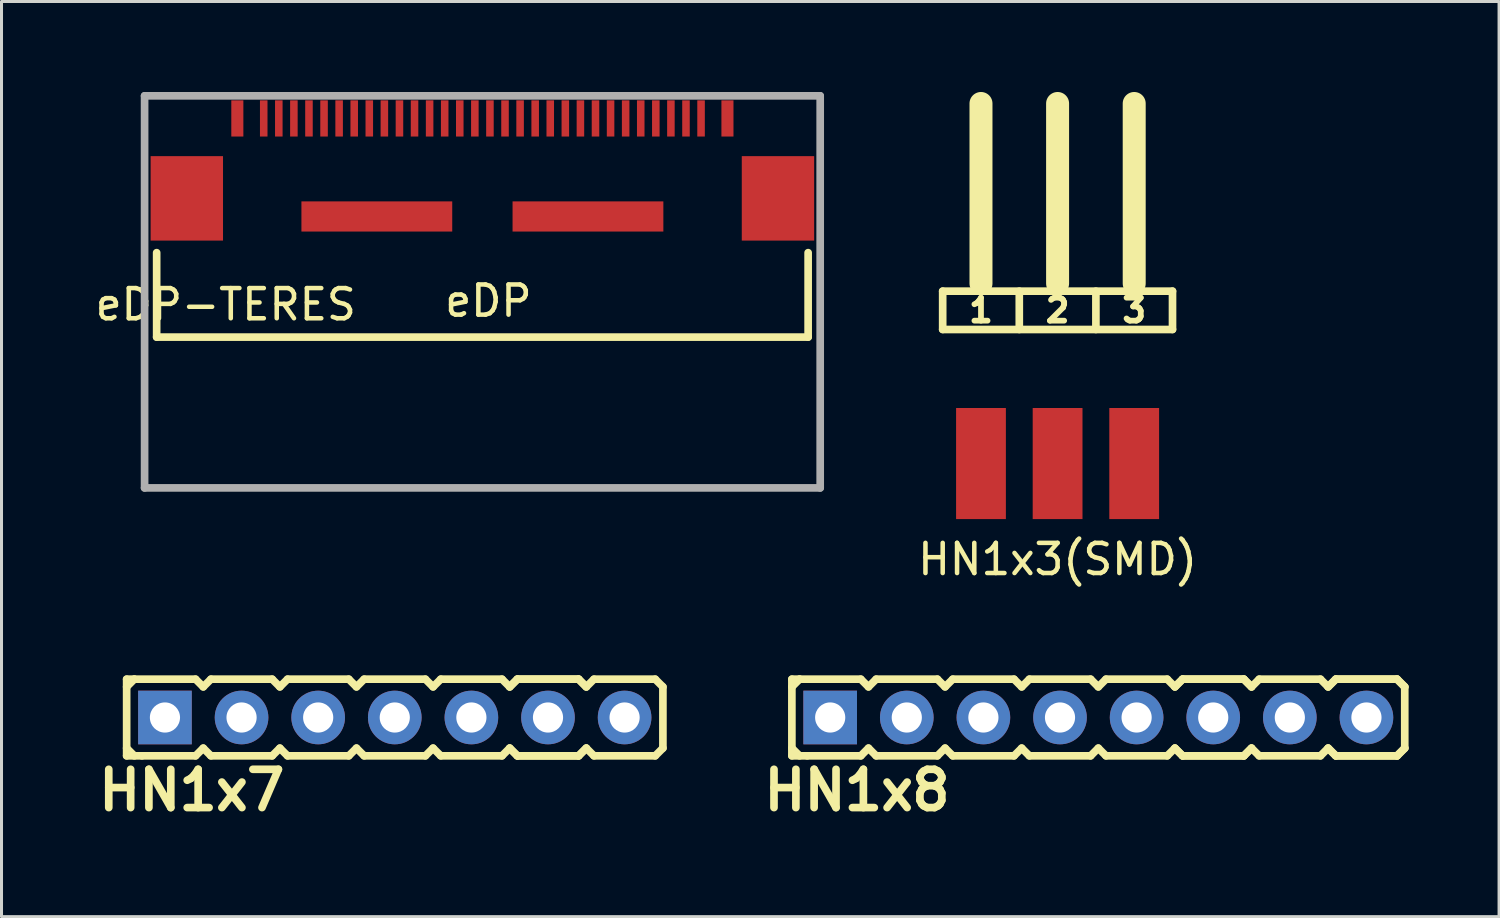
<source format=kicad_pcb>
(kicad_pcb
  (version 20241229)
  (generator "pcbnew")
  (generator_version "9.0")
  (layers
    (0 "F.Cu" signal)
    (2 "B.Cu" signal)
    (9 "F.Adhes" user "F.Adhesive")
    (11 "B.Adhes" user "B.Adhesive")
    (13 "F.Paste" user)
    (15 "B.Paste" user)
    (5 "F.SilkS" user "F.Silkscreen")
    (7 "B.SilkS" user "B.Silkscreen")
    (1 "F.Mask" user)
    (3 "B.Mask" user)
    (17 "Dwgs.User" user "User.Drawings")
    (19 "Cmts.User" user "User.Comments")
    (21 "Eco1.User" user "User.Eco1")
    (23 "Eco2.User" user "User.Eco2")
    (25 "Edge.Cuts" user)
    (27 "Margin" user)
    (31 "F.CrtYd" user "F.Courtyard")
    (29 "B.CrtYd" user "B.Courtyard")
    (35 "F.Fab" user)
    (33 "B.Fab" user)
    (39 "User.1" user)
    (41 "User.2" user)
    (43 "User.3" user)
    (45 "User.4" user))
  (footprint "eDP-TERES"
    (layer "F.Cu")
    (at 12.944 2.127)
    (property "Reference" "eDP-TERES" (at -8.509 4.92 0) (layer "F.SilkS") (effects (font (size 1 1) (thickness 0.15))))
    (attr through_hole)
    (fp_line (start -10.8 3.2) (end -10.8 6) (stroke (width 0.254) (type solid)) (layer "F.SilkS"))
    (fp_line (start -10.8 6) (end 10.8 6) (stroke (width 0.254) (type solid)) (layer "F.SilkS"))
    (fp_line (start 10.8 6) (end 10.8 3.2) (stroke (width 0.254) (type solid)) (layer "F.SilkS"))
    (fp_line (start -11.2 -2) (end -11.2 11) (stroke (width 0.254) (type solid)) (layer "F.Fab"))
    (fp_line (start -11.2 11) (end 11.2 11) (stroke (width 0.254) (type solid)) (layer "F.Fab"))
    (fp_line (start 11.2 -2) (end -11.2 -2) (stroke (width 0.254) (type solid)) (layer "F.Fab"))
    (fp_line (start 11.2 11) (end 11.2 -2) (stroke (width 0.254) (type solid)) (layer "F.Fab"))
    (fp_text user "eDP" (at 0.2 4.8 0) (layer "F.SilkS") (effects (font (size 1 1) (thickness 0.15))))
    (pad "0" smd rect (at -9.8 1.4) (size 2.4 2.8) (layers "F.Cu" "F.Mask" "F.Paste"))
    (pad "0" smd rect (at -8.125 -1.25) (size 0.4 1.2) (layers "F.Cu" "F.Mask" "F.Paste"))
    (pad "0" smd rect (at -3.5 2) (size 5 1) (layers "F.Cu" "F.Mask" "F.Paste"))
    (pad "0" smd rect (at 3.5 2) (size 5 1) (layers "F.Cu" "F.Mask" "F.Paste"))
    (pad "0" smd rect (at 8.125 -1.25) (size 0.4 1.2) (layers "F.Cu" "F.Mask" "F.Paste"))
    (pad "0" smd rect (at 9.8 1.4) (size 2.4 2.8) (layers "F.Cu" "F.Mask" "F.Paste"))
    (pad "1" smd rect (at -7.25 -1.25) (size 0.25 1.2) (layers "F.Cu" "F.Mask" "F.Paste"))
    (pad "2" smd rect (at -6.75 -1.25) (size 0.25 1.2) (layers "F.Cu" "F.Mask" "F.Paste"))
    (pad "3" smd rect (at -6.25 -1.25) (size 0.25 1.2) (layers "F.Cu" "F.Mask" "F.Paste"))
    (pad "4" smd rect (at -5.75 -1.25) (size 0.25 1.2) (layers "F.Cu" "F.Mask" "F.Paste"))
    (pad "5" smd rect (at -5.25 -1.25) (size 0.25 1.2) (layers "F.Cu" "F.Mask" "F.Paste"))
    (pad "6" smd rect (at -4.75 -1.25) (size 0.25 1.2) (layers "F.Cu" "F.Mask" "F.Paste"))
    (pad "7" smd rect (at -4.25 -1.25) (size 0.25 1.2) (layers "F.Cu" "F.Mask" "F.Paste"))
    (pad "8" smd rect (at -3.75 -1.25) (size 0.25 1.2) (layers "F.Cu" "F.Mask" "F.Paste"))
    (pad "9" smd rect (at -3.25 -1.25) (size 0.25 1.2) (layers "F.Cu" "F.Mask" "F.Paste"))
    (pad "10" smd rect (at -2.75 -1.25) (size 0.25 1.2) (layers "F.Cu" "F.Mask" "F.Paste"))
    (pad "11" smd rect (at -2.25 -1.25) (size 0.25 1.2) (layers "F.Cu" "F.Mask" "F.Paste"))
    (pad "12" smd rect (at -1.75 -1.25) (size 0.25 1.2) (layers "F.Cu" "F.Mask" "F.Paste"))
    (pad "13" smd rect (at -1.25 -1.25) (size 0.25 1.2) (layers "F.Cu" "F.Mask" "F.Paste"))
    (pad "14" smd rect (at -0.75 -1.25) (size 0.25 1.2) (layers "F.Cu" "F.Mask" "F.Paste"))
    (pad "15" smd rect (at -0.25 -1.25) (size 0.25 1.2) (layers "F.Cu" "F.Mask" "F.Paste"))
    (pad "16" smd rect (at 0.25 -1.25) (size 0.25 1.2) (layers "F.Cu" "F.Mask" "F.Paste"))
    (pad "17" smd rect (at 0.75 -1.25) (size 0.25 1.2) (layers "F.Cu" "F.Mask" "F.Paste"))
    (pad "18" smd rect (at 1.25 -1.25) (size 0.25 1.2) (layers "F.Cu" "F.Mask" "F.Paste"))
    (pad "19" smd rect (at 1.75 -1.25) (size 0.25 1.2) (layers "F.Cu" "F.Mask" "F.Paste"))
    (pad "20" smd rect (at 2.25 -1.25) (size 0.25 1.2) (layers "F.Cu" "F.Mask" "F.Paste"))
    (pad "21" smd rect (at 2.75 -1.25) (size 0.25 1.2) (layers "F.Cu" "F.Mask" "F.Paste"))
    (pad "22" smd rect (at 3.25 -1.25) (size 0.25 1.2) (layers "F.Cu" "F.Mask" "F.Paste"))
    (pad "23" smd rect (at 3.75 -1.25) (size 0.25 1.2) (layers "F.Cu" "F.Mask" "F.Paste"))
    (pad "24" smd rect (at 4.25 -1.25) (size 0.25 1.2) (layers "F.Cu" "F.Mask" "F.Paste"))
    (pad "25" smd rect (at 4.75 -1.25) (size 0.25 1.2) (layers "F.Cu" "F.Mask" "F.Paste"))
    (pad "26" smd rect (at 5.25 -1.25) (size 0.25 1.2) (layers "F.Cu" "F.Mask" "F.Paste"))
    (pad "27" smd rect (at 5.75 -1.25) (size 0.25 1.2) (layers "F.Cu" "F.Mask" "F.Paste"))
    (pad "28" smd rect (at 6.25 -1.25) (size 0.25 1.2) (layers "F.Cu" "F.Mask" "F.Paste"))
    (pad "29" smd rect (at 6.75 -1.25) (size 0.25 1.2) (layers "F.Cu" "F.Mask" "F.Paste"))
    (pad "30" smd rect (at 7.25 -1.25) (size 0.25 1.2) (layers "F.Cu" "F.Mask" "F.Paste")))
  (footprint "HN1x3(SMD)"
    (layer "F.Cu")
    (at 32.015 12.319)
    (property "Reference" "HN1x3(SMD)" (at 0 3.175 0) (layer "F.SilkS") (effects (font (size 1 1) (thickness 0.15))))
    (attr through_hole)
    (fp_line (start -3.81 -5.715) (end 3.81 -5.715) (stroke (width 0.254) (type solid)) (layer "F.SilkS"))
    (fp_line (start -3.81 -4.445) (end -3.81 -5.715) (stroke (width 0.254) (type solid)) (layer "F.SilkS"))
    (fp_line (start -2.54 -5.969) (end -2.54 -11.938) (stroke (width 0.762) (type solid)) (layer "F.SilkS"))
    (fp_line (start -1.27 -5.715) (end -1.27 -4.445) (stroke (width 0.254) (type solid)) (layer "F.SilkS"))
    (fp_line (start 0 -5.969) (end 0 -11.938) (stroke (width 0.762) (type solid)) (layer "F.SilkS"))
    (fp_line (start 1.27 -5.715) (end 1.27 -4.445) (stroke (width 0.254) (type solid)) (layer "F.SilkS"))
    (fp_line (start 2.54 -5.969) (end 2.54 -11.938) (stroke (width 0.762) (type solid)) (layer "F.SilkS"))
    (fp_line (start 3.81 -5.715) (end 3.81 -4.445) (stroke (width 0.254) (type solid)) (layer "F.SilkS"))
    (fp_line (start 3.81 -4.445) (end -3.81 -4.445) (stroke (width 0.254) (type solid)) (layer "F.SilkS"))
    (fp_text user "1" (at -2.54 -5.08 0) (layer "F.SilkS") (effects (font (size 0.762 0.762) (thickness 0.191))))
    (fp_text user "2" (at 0 -5.08 0) (layer "F.SilkS") (effects (font (size 0.762 0.762) (thickness 0.191))))
    (fp_text user "3" (at 2.54 -5.08 0) (layer "F.SilkS") (effects (font (size 0.762 0.762) (thickness 0.191))))
    (pad "1" smd rect (at -2.54 0) (size 1.651 3.683) (layers "F.Cu" "F.Mask" "F.Paste"))
    (pad "2" smd rect (at 0 0) (size 1.651 3.683) (layers "F.Cu" "F.Mask" "F.Paste"))
    (pad "3" smd rect (at 2.54 0) (size 1.651 3.683) (layers "F.Cu" "F.Mask" "F.Paste")))
  (footprint "HN1x7"
    (layer "F.Cu")
    (at 10.039 20.739)
    (property "Reference" "HN1x7" (at -6.731 2.413 0) (layer "F.SilkS") (effects (font (size 1.27 1.27) (thickness 0.254))))
    (attr smd)
    (fp_line (start -8.89 -1.27) (end -8.89 1.27) (stroke (width 0.254) (type solid)) (layer "F.SilkS"))
    (fp_line (start -8.89 -1.27) (end -8.636 -1.27) (stroke (width 0.254) (type solid)) (layer "F.SilkS"))
    (fp_line (start -8.89 -1.016) (end -8.636 -1.27) (stroke (width 0.254) (type solid)) (layer "F.SilkS"))
    (fp_line (start -8.636 -1.27) (end -6.604 -1.27) (stroke (width 0.254) (type solid)) (layer "F.SilkS"))
    (fp_line (start -8.636 1.27) (end -8.89 1.016) (stroke (width 0.254) (type solid)) (layer "F.SilkS"))
    (fp_line (start -8.382 1.27) (end -8.89 1.27) (stroke (width 0.254) (type solid)) (layer "F.SilkS"))
    (fp_line (start -6.604 -1.27) (end -6.35 -1.016) (stroke (width 0.254) (type solid)) (layer "F.SilkS"))
    (fp_line (start -6.604 1.27) (end -8.382 1.27) (stroke (width 0.254) (type solid)) (layer "F.SilkS"))
    (fp_line (start -6.35 -1.016) (end -6.096 -1.27) (stroke (width 0.254) (type solid)) (layer "F.SilkS"))
    (fp_line (start -6.35 1.016) (end -6.604 1.27) (stroke (width 0.254) (type solid)) (layer "F.SilkS"))
    (fp_line (start -6.096 -1.27) (end -4.064 -1.27) (stroke (width 0.254) (type solid)) (layer "F.SilkS"))
    (fp_line (start -6.096 1.27) (end -6.35 1.016) (stroke (width 0.254) (type solid)) (layer "F.SilkS"))
    (fp_line (start -4.064 -1.27) (end -3.81 -1.016) (stroke (width 0.254) (type solid)) (layer "F.SilkS"))
    (fp_line (start -4.064 1.27) (end -6.096 1.27) (stroke (width 0.254) (type solid)) (layer "F.SilkS"))
    (fp_line (start -4.064 1.27) (end -3.81 1.016) (stroke (width 0.254) (type solid)) (layer "F.SilkS"))
    (fp_line (start -3.81 -1.016) (end -3.556 -1.27) (stroke (width 0.254) (type solid)) (layer "F.SilkS"))
    (fp_line (start -3.81 1.016) (end -3.556 1.27) (stroke (width 0.254) (type solid)) (layer "F.SilkS"))
    (fp_line (start -3.556 -1.27) (end -1.524 -1.27) (stroke (width 0.254) (type solid)) (layer "F.SilkS"))
    (fp_line (start -1.524 -1.27) (end -1.27 -1.016) (stroke (width 0.254) (type solid)) (layer "F.SilkS"))
    (fp_line (start -1.524 1.27) (end -3.556 1.27) (stroke (width 0.254) (type solid)) (layer "F.SilkS"))
    (fp_line (start -1.27 -1.016) (end -1.016 -1.27) (stroke (width 0.254) (type solid)) (layer "F.SilkS"))
    (fp_line (start -1.27 1.016) (end -1.524 1.27) (stroke (width 0.254) (type solid)) (layer "F.SilkS"))
    (fp_line (start -1.016 -1.27) (end 1.016 -1.27) (stroke (width 0.254) (type solid)) (layer "F.SilkS"))
    (fp_line (start -1.016 1.27) (end -1.27 1.016) (stroke (width 0.254) (type solid)) (layer "F.SilkS"))
    (fp_line (start 1.016 -1.27) (end 1.27 -1.016) (stroke (width 0.254) (type solid)) (layer "F.SilkS"))
    (fp_line (start 1.016 1.27) (end -1.016 1.27) (stroke (width 0.254) (type solid)) (layer "F.SilkS"))
    (fp_line (start 1.27 -1.016) (end 1.524 -1.27) (stroke (width 0.254) (type solid)) (layer "F.SilkS"))
    (fp_line (start 1.27 1.016) (end 1.016 1.27) (stroke (width 0.254) (type solid)) (layer "F.SilkS"))
    (fp_line (start 1.524 -1.27) (end 3.556 -1.27) (stroke (width 0.254) (type solid)) (layer "F.SilkS"))
    (fp_line (start 1.524 1.27) (end 1.27 1.016) (stroke (width 0.254) (type solid)) (layer "F.SilkS"))
    (fp_line (start 3.556 -1.27) (end 3.81 -1.016) (stroke (width 0.254) (type solid)) (layer "F.SilkS"))
    (fp_line (start 3.556 1.27) (end 1.524 1.27) (stroke (width 0.254) (type solid)) (layer "F.SilkS"))
    (fp_line (start 3.81 -1.016) (end 4.064 -1.27) (stroke (width 0.254) (type solid)) (layer "F.SilkS"))
    (fp_line (start 3.81 -1.016) (end 4.064 -1.27) (stroke (width 0.254) (type solid)) (layer "F.SilkS"))
    (fp_line (start 3.81 1.016) (end 3.556 1.27) (stroke (width 0.254) (type solid)) (layer "F.SilkS"))
    (fp_line (start 4.064 -1.27) (end 6.096 -1.27) (stroke (width 0.254) (type solid)) (layer "F.SilkS"))
    (fp_line (start 4.064 -1.27) (end 6.096 -1.27) (stroke (width 0.254) (type solid)) (layer "F.SilkS"))
    (fp_line (start 4.064 1.27) (end 3.81 1.016) (stroke (width 0.254) (type solid)) (layer "F.SilkS"))
    (fp_line (start 4.064 1.27) (end 3.81 1.016) (stroke (width 0.254) (type solid)) (layer "F.SilkS"))
    (fp_line (start 6.096 -1.27) (end 6.35 -1.016) (stroke (width 0.254) (type solid)) (layer "F.SilkS"))
    (fp_line (start 6.096 -1.27) (end 6.35 -1.016) (stroke (width 0.254) (type solid)) (layer "F.SilkS"))
    (fp_line (start 6.096 1.27) (end 4.064 1.27) (stroke (width 0.254) (type solid)) (layer "F.SilkS"))
    (fp_line (start 6.096 1.27) (end 4.064 1.27) (stroke (width 0.254) (type solid)) (layer "F.SilkS"))
    (fp_line (start 6.35 -1.016) (end 6.604 -1.27) (stroke (width 0.254) (type solid)) (layer "F.SilkS"))
    (fp_line (start 6.35 1.016) (end 6.096 1.27) (stroke (width 0.254) (type solid)) (layer "F.SilkS"))
    (fp_line (start 6.35 1.016) (end 6.096 1.27) (stroke (width 0.254) (type solid)) (layer "F.SilkS"))
    (fp_line (start 6.604 -1.27) (end 8.636 -1.27) (stroke (width 0.254) (type solid)) (layer "F.SilkS"))
    (fp_line (start 6.604 1.27) (end 6.35 1.016) (stroke (width 0.254) (type solid)) (layer "F.SilkS"))
    (fp_line (start 8.636 -1.27) (end 8.89 -1.016) (stroke (width 0.254) (type solid)) (layer "F.SilkS"))
    (fp_line (start 8.636 1.27) (end 6.604 1.27) (stroke (width 0.254) (type solid)) (layer "F.SilkS"))
    (fp_line (start 8.89 -1.016) (end 8.89 1.016) (stroke (width 0.254) (type solid)) (layer "F.SilkS"))
    (fp_line (start 8.89 1.016) (end 8.636 1.27) (stroke (width 0.254) (type solid)) (layer "F.SilkS"))
    (pad "1" thru_hole rect (at -7.62 0) (size 1.778 1.778) (drill 1) (layers "*.Cu" "*.Mask"))
    (pad "2" thru_hole circle (at -5.08 0) (size 1.778 1.778) (drill 1) (layers "*.Cu" "*.Mask"))
    (pad "3" thru_hole circle (at -2.54 0) (size 1.778 1.778) (drill 1) (layers "*.Cu" "*.Mask"))
    (pad "4" thru_hole circle (at 0 0) (size 1.778 1.778) (drill 1) (layers "*.Cu" "*.Mask"))
    (pad "5" thru_hole circle (at 2.54 0) (size 1.778 1.778) (drill 1) (layers "*.Cu" "*.Mask"))
    (pad "6" thru_hole circle (at 5.08 0) (size 1.778 1.778) (drill 1) (layers "*.Cu" "*.Mask"))
    (pad "7" thru_hole circle (at 7.62 0) (size 1.778 1.778) (drill 1) (layers "*.Cu" "*.Mask")))
  (footprint "HN1x8"
    (layer "F.Cu")
    (at 33.365 20.739)
    (property "Reference" "HN1x8" (at -8.001 2.413 0) (layer "F.SilkS") (effects (font (size 1.27 1.27) (thickness 0.254))))
    (attr smd)
    (fp_line (start -10.16 -1.27) (end -10.16 1.27) (stroke (width 0.254) (type solid)) (layer "F.SilkS"))
    (fp_line (start -10.16 -1.27) (end -9.906 -1.27) (stroke (width 0.254) (type solid)) (layer "F.SilkS"))
    (fp_line (start -10.16 -1.016) (end -9.906 -1.27) (stroke (width 0.254) (type solid)) (layer "F.SilkS"))
    (fp_line (start -9.906 -1.27) (end -7.874 -1.27) (stroke (width 0.254) (type solid)) (layer "F.SilkS"))
    (fp_line (start -9.906 1.27) (end -10.16 1.016) (stroke (width 0.254) (type solid)) (layer "F.SilkS"))
    (fp_line (start -9.652 1.27) (end -10.16 1.27) (stroke (width 0.254) (type solid)) (layer "F.SilkS"))
    (fp_line (start -7.874 -1.27) (end -7.62 -1.016) (stroke (width 0.254) (type solid)) (layer "F.SilkS"))
    (fp_line (start -7.874 1.27) (end -9.652 1.27) (stroke (width 0.254) (type solid)) (layer "F.SilkS"))
    (fp_line (start -7.62 -1.016) (end -7.366 -1.27) (stroke (width 0.254) (type solid)) (layer "F.SilkS"))
    (fp_line (start -7.62 1.016) (end -7.874 1.27) (stroke (width 0.254) (type solid)) (layer "F.SilkS"))
    (fp_line (start -7.366 -1.27) (end -5.334 -1.27) (stroke (width 0.254) (type solid)) (layer "F.SilkS"))
    (fp_line (start -7.366 1.27) (end -7.62 1.016) (stroke (width 0.254) (type solid)) (layer "F.SilkS"))
    (fp_line (start -5.334 -1.27) (end -5.08 -1.016) (stroke (width 0.254) (type solid)) (layer "F.SilkS"))
    (fp_line (start -5.334 1.27) (end -7.366 1.27) (stroke (width 0.254) (type solid)) (layer "F.SilkS"))
    (fp_line (start -5.334 1.27) (end -5.08 1.016) (stroke (width 0.254) (type solid)) (layer "F.SilkS"))
    (fp_line (start -5.08 -1.016) (end -4.826 -1.27) (stroke (width 0.254) (type solid)) (layer "F.SilkS"))
    (fp_line (start -5.08 1.016) (end -4.826 1.27) (stroke (width 0.254) (type solid)) (layer "F.SilkS"))
    (fp_line (start -4.826 -1.27) (end -2.794 -1.27) (stroke (width 0.254) (type solid)) (layer "F.SilkS"))
    (fp_line (start -2.794 -1.27) (end -2.54 -1.016) (stroke (width 0.254) (type solid)) (layer "F.SilkS"))
    (fp_line (start -2.794 1.27) (end -4.826 1.27) (stroke (width 0.254) (type solid)) (layer "F.SilkS"))
    (fp_line (start -2.54 -1.016) (end -2.286 -1.27) (stroke (width 0.254) (type solid)) (layer "F.SilkS"))
    (fp_line (start -2.54 1.016) (end -2.794 1.27) (stroke (width 0.254) (type solid)) (layer "F.SilkS"))
    (fp_line (start -2.286 -1.27) (end -0.254 -1.27) (stroke (width 0.254) (type solid)) (layer "F.SilkS"))
    (fp_line (start -2.286 1.27) (end -2.54 1.016) (stroke (width 0.254) (type solid)) (layer "F.SilkS"))
    (fp_line (start -0.254 -1.27) (end 0 -1.016) (stroke (width 0.254) (type solid)) (layer "F.SilkS"))
    (fp_line (start -0.254 1.27) (end -2.286 1.27) (stroke (width 0.254) (type solid)) (layer "F.SilkS"))
    (fp_line (start 0 -1.016) (end 0.254 -1.27) (stroke (width 0.254) (type solid)) (layer "F.SilkS"))
    (fp_line (start 0 1.016) (end -0.254 1.27) (stroke (width 0.254) (type solid)) (layer "F.SilkS"))
    (fp_line (start 0.254 -1.27) (end 2.286 -1.27) (stroke (width 0.254) (type solid)) (layer "F.SilkS"))
    (fp_line (start 0.254 1.27) (end 0 1.016) (stroke (width 0.254) (type solid)) (layer "F.SilkS"))
    (fp_line (start 2.286 -1.27) (end 2.54 -1.016) (stroke (width 0.254) (type solid)) (layer "F.SilkS"))
    (fp_line (start 2.286 1.27) (end 0.254 1.27) (stroke (width 0.254) (type solid)) (layer "F.SilkS"))
    (fp_line (start 2.54 -1.016) (end 2.794 -1.27) (stroke (width 0.254) (type solid)) (layer "F.SilkS"))
    (fp_line (start 2.54 -1.016) (end 2.794 -1.27) (stroke (width 0.254) (type solid)) (layer "F.SilkS"))
    (fp_line (start 2.54 1.016) (end 2.286 1.27) (stroke (width 0.254) (type solid)) (layer "F.SilkS"))
    (fp_line (start 2.794 -1.27) (end 4.826 -1.27) (stroke (width 0.254) (type solid)) (layer "F.SilkS"))
    (fp_line (start 2.794 -1.27) (end 4.826 -1.27) (stroke (width 0.254) (type solid)) (layer "F.SilkS"))
    (fp_line (start 2.794 1.27) (end 2.54 1.016) (stroke (width 0.254) (type solid)) (layer "F.SilkS"))
    (fp_line (start 2.794 1.27) (end 2.54 1.016) (stroke (width 0.254) (type solid)) (layer "F.SilkS"))
    (fp_line (start 4.826 -1.27) (end 5.08 -1.016) (stroke (width 0.254) (type solid)) (layer "F.SilkS"))
    (fp_line (start 4.826 -1.27) (end 5.08 -1.016) (stroke (width 0.254) (type solid)) (layer "F.SilkS"))
    (fp_line (start 4.826 1.27) (end 2.794 1.27) (stroke (width 0.254) (type solid)) (layer "F.SilkS"))
    (fp_line (start 4.826 1.27) (end 2.794 1.27) (stroke (width 0.254) (type solid)) (layer "F.SilkS"))
    (fp_line (start 5.08 -1.016) (end 5.334 -1.27) (stroke (width 0.254) (type solid)) (layer "F.SilkS"))
    (fp_line (start 5.08 1.016) (end 4.826 1.27) (stroke (width 0.254) (type solid)) (layer "F.SilkS"))
    (fp_line (start 5.08 1.016) (end 4.826 1.27) (stroke (width 0.254) (type solid)) (layer "F.SilkS"))
    (fp_line (start 5.334 -1.27) (end 7.366 -1.27) (stroke (width 0.254) (type solid)) (layer "F.SilkS"))
    (fp_line (start 5.334 1.27) (end 5.08 1.016) (stroke (width 0.254) (type solid)) (layer "F.SilkS"))
    (fp_line (start 7.366 -1.27) (end 7.62 -1.016) (stroke (width 0.254) (type solid)) (layer "F.SilkS"))
    (fp_line (start 7.366 1.27) (end 5.334 1.27) (stroke (width 0.254) (type solid)) (layer "F.SilkS"))
    (fp_line (start 7.62 -1.016) (end 7.874 -1.27) (stroke (width 0.254) (type solid)) (layer "F.SilkS"))
    (fp_line (start 7.62 -1.016) (end 7.874 -1.27) (stroke (width 0.254) (type solid)) (layer "F.SilkS"))
    (fp_line (start 7.62 1.016) (end 7.366 1.27) (stroke (width 0.254) (type solid)) (layer "F.SilkS"))
    (fp_line (start 7.874 -1.27) (end 9.906 -1.27) (stroke (width 0.254) (type solid)) (layer "F.SilkS"))
    (fp_line (start 7.874 -1.27) (end 9.906 -1.27) (stroke (width 0.254) (type solid)) (layer "F.SilkS"))
    (fp_line (start 7.874 1.27) (end 7.62 1.016) (stroke (width 0.254) (type solid)) (layer "F.SilkS"))
    (fp_line (start 7.874 1.27) (end 7.62 1.016) (stroke (width 0.254) (type solid)) (layer "F.SilkS"))
    (fp_line (start 9.906 -1.27) (end 10.16 -1.016) (stroke (width 0.254) (type solid)) (layer "F.SilkS"))
    (fp_line (start 9.906 -1.27) (end 10.16 -1.016) (stroke (width 0.254) (type solid)) (layer "F.SilkS"))
    (fp_line (start 9.906 1.27) (end 7.874 1.27) (stroke (width 0.254) (type solid)) (layer "F.SilkS"))
    (fp_line (start 9.906 1.27) (end 7.874 1.27) (stroke (width 0.254) (type solid)) (layer "F.SilkS"))
    (fp_line (start 10.16 -1.016) (end 10.16 1.016) (stroke (width 0.254) (type solid)) (layer "F.SilkS"))
    (fp_line (start 10.16 1.016) (end 9.906 1.27) (stroke (width 0.254) (type solid)) (layer "F.SilkS"))
    (fp_line (start 10.16 1.016) (end 9.906 1.27) (stroke (width 0.254) (type solid)) (layer "F.SilkS"))
    (pad "1" thru_hole rect (at -8.89 0) (size 1.778 1.778) (drill 1) (layers "*.Cu" "*.Mask"))
    (pad "2" thru_hole circle (at -6.35 0) (size 1.778 1.778) (drill 1) (layers "*.Cu" "*.Mask"))
    (pad "3" thru_hole circle (at -3.81 0) (size 1.778 1.778) (drill 1) (layers "*.Cu" "*.Mask"))
    (pad "4" thru_hole circle (at -1.27 0) (size 1.778 1.778) (drill 1) (layers "*.Cu" "*.Mask"))
    (pad "5" thru_hole circle (at 1.27 0) (size 1.778 1.778) (drill 1) (layers "*.Cu" "*.Mask"))
    (pad "6" thru_hole circle (at 3.81 0) (size 1.778 1.778) (drill 1) (layers "*.Cu" "*.Mask"))
    (pad "7" thru_hole circle (at 6.35 0) (size 1.778 1.778) (drill 1) (layers "*.Cu" "*.Mask"))
    (pad "8" thru_hole circle (at 8.89 0) (size 1.778 1.778) (drill 1) (layers "*.Cu" "*.Mask")))
  (gr_rect
    (start -3 -3)
    (end 46.652 27.341)
    (stroke (width 0.1) (type default))
    (fill no)
    (layer "Edge.Cuts")))
</source>
